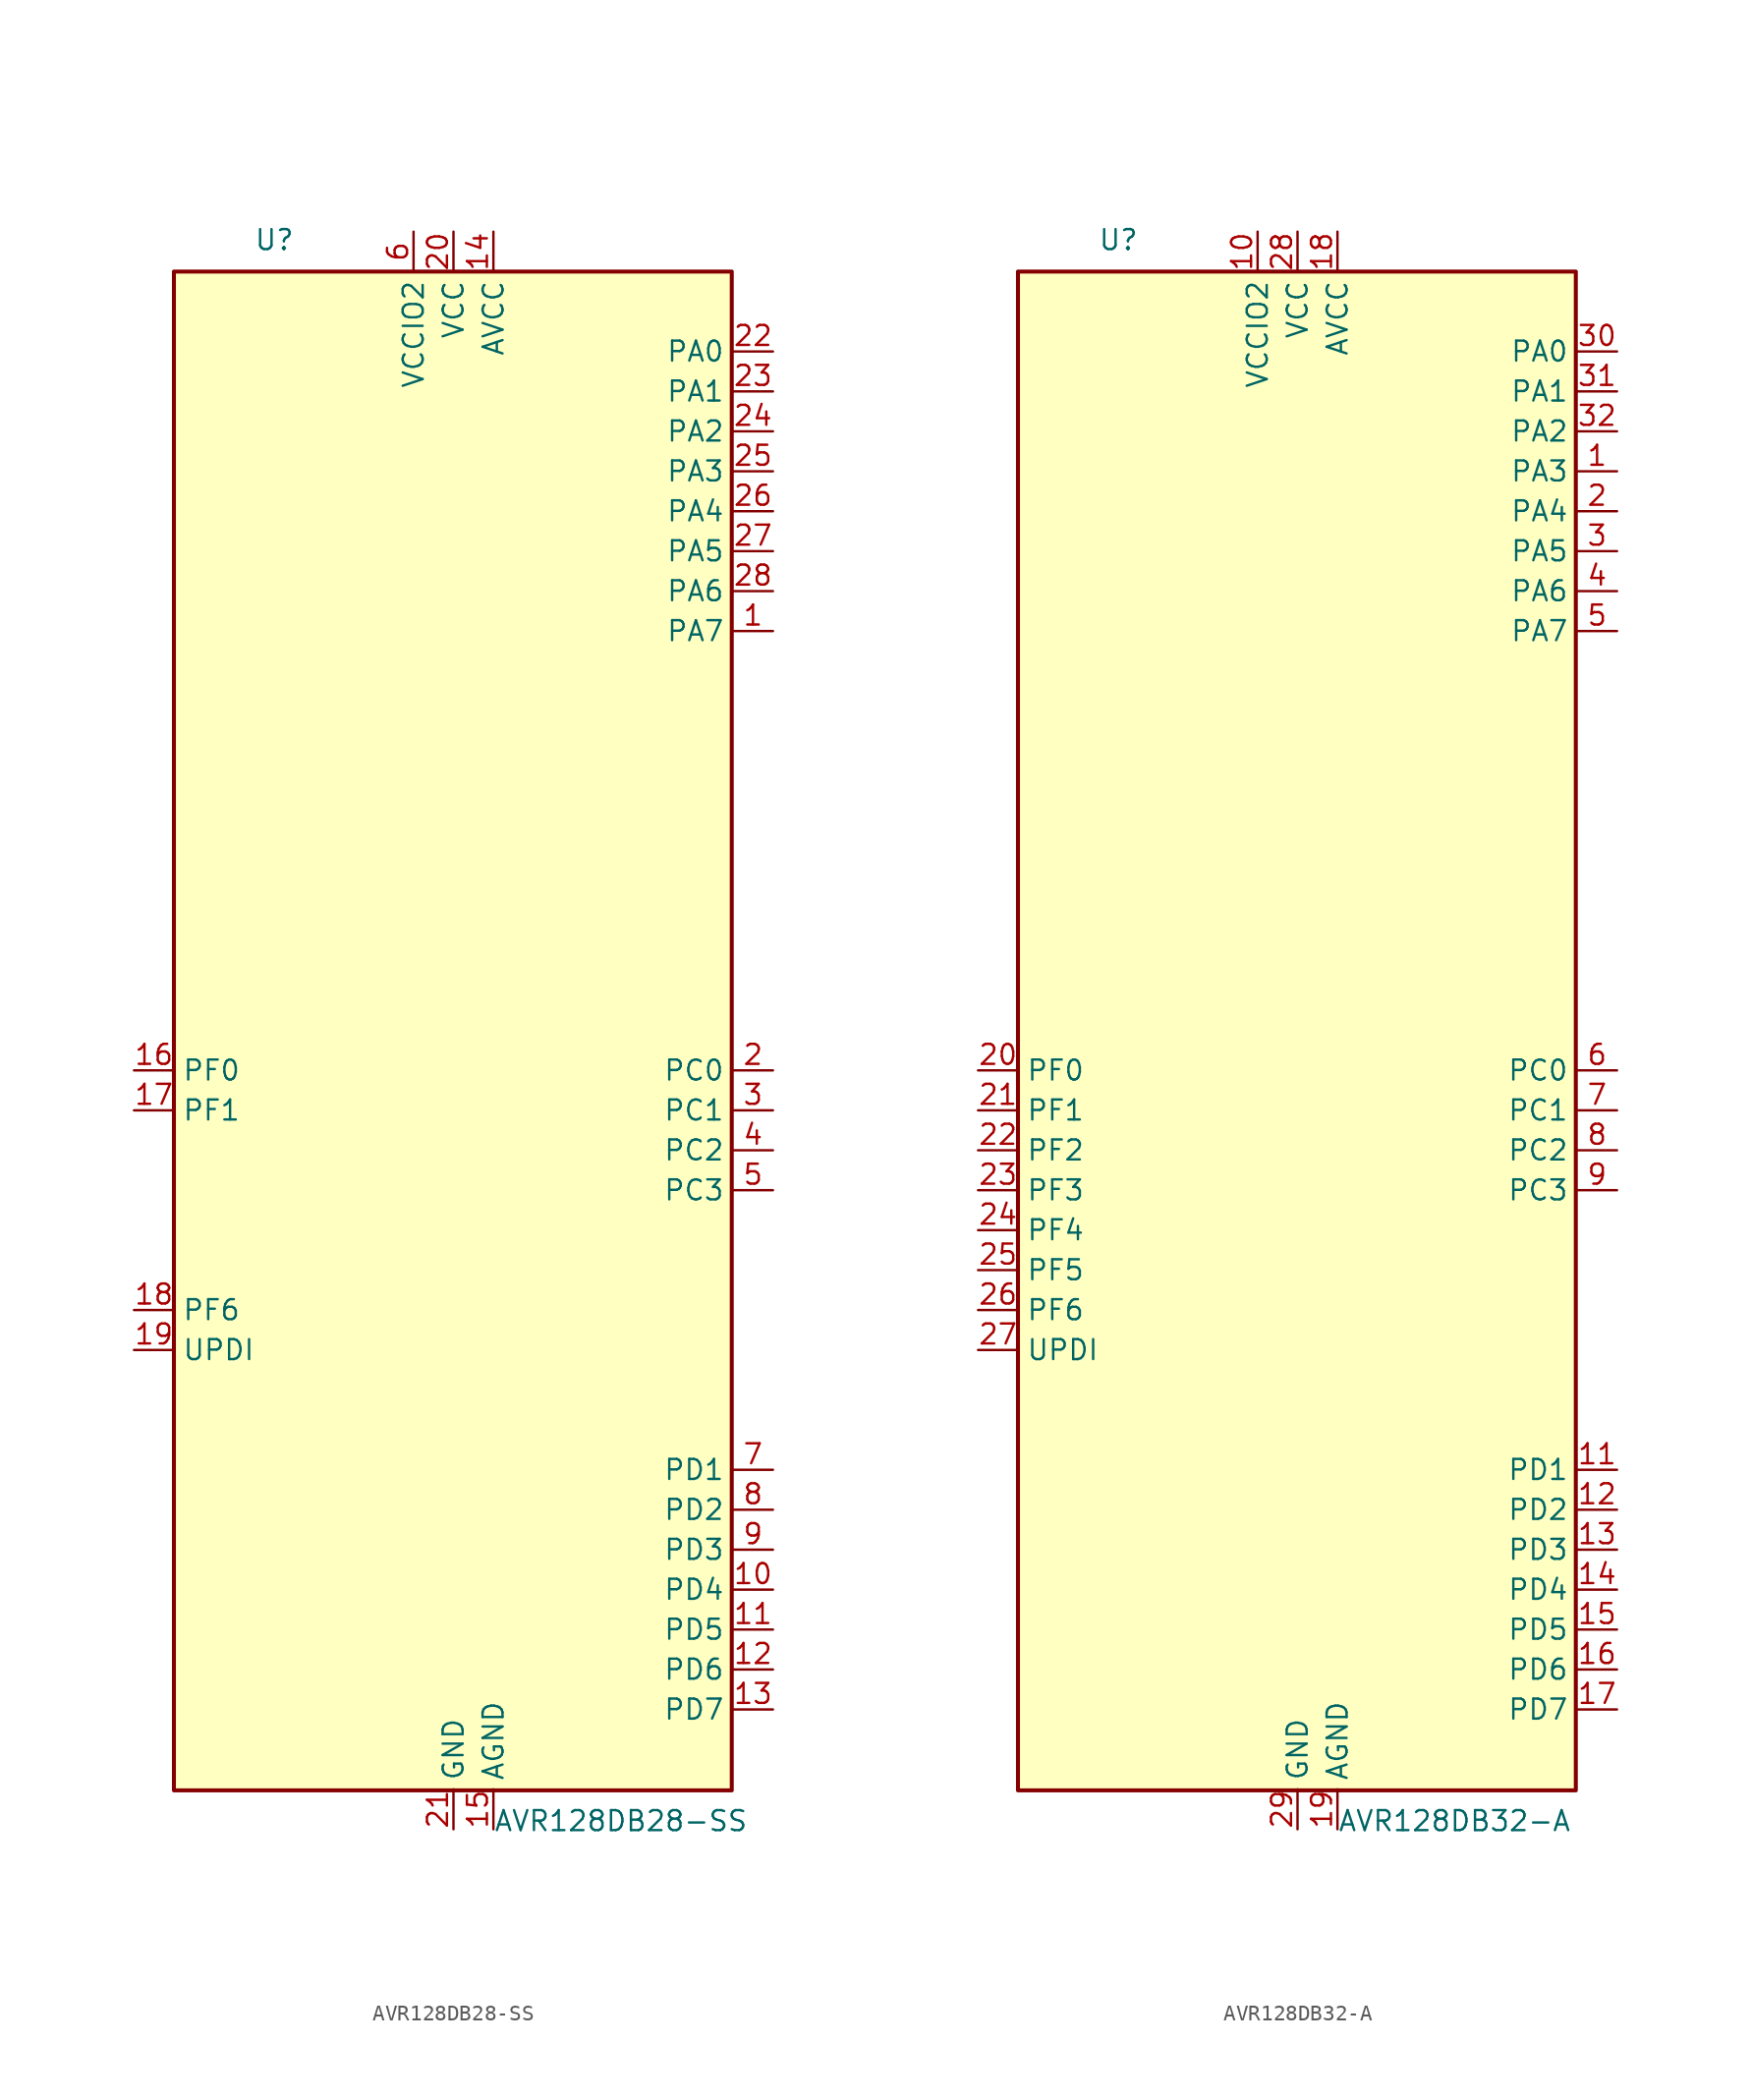
<source format=kicad_sym>
(kicad_symbol_lib
  (version 20211014)
  (generator kicad_symbol_editor)
  (symbol "AVR128DB28-SS"
    (property "Reference" "U"
      (at -12.7 49.53 0)
      (effects (font (size 1.27 1.27)) (justify left bottom)))
    (property "Value" "AVR128DB28-SS"
      (at 2.54 -49.53 0)
      (effects (font (size 1.27 1.27)) (justify left top)))
    (symbol "AVR128DB28-SS_0_1"
      (rectangle (start -17.78 48.26) (end 17.699 -48.327) (stroke (width 0.254) (type default) (color 0 0 0 0)) (fill (type background))))
    (symbol "AVR128DB28-SS_1_1"
      (pin bidirectional line (at 20.32 25.4 180) (length 2.54) (name "PA7" (effects (font (size 1.27 1.27)))) (number "1" (effects (font (size 1.27 1.27)))) (alternate "AC0-OUT" output line) (alternate "AC1-OUT" output line) (alternate "AC2-OUT" output line) (alternate "CLKOUT" output line) (alternate "EVOUTA(1)" output line) (alternate "SPI0-~{SS}" bidirectional line) (alternate "TCD0-WOD" output line) (alternate "USART0-XDIR(1)" output line) (alternate "ZCD0-OUT" output line) (alternate "ZCD1-OUT" output line) (alternate "ZDC2-OUT" output line))
      (pin bidirectional line (at 20.32 -35.56 180) (length 2.54) (name "PD4" (effects (font (size 1.27 1.27)))) (number "10" (effects (font (size 1.27 1.27)))) (alternate "AC1-AINP2" input line) (alternate "AC2-AINP1" input line) (alternate "ADC0-AIN4" input line) (alternate "OP1-INP" input line) (alternate "TCA0-WO4(3)" output line))
      (pin bidirectional line (at 20.32 -38.1 180) (length 2.54) (name "PD5" (effects (font (size 1.27 1.27)))) (number "11" (effects (font (size 1.27 1.27)))) (alternate "AC1-AINN0" input line) (alternate "ADC0-AIN5" input line) (alternate "OP1-OUT" output line) (alternate "TCA0-WO5(3)" output line))
      (pin bidirectional line (at 20.32 -40.64 180) (length 2.54) (name "PD6" (effects (font (size 1.27 1.27)))) (number "12" (effects (font (size 1.27 1.27)))) (alternate "AC0-AINP3" input line) (alternate "AC1-AINP3" input line) (alternate "AC2-AINP3" input line) (alternate "ADC0-AIN6" input line) (alternate "DAC0-OUT" output line) (alternate "LUT2-OUT(1)" output line))
      (pin bidirectional line (at 20.32 -43.18 180) (length 2.54) (name "PD7" (effects (font (size 1.27 1.27)))) (number "13" (effects (font (size 1.27 1.27)))) (alternate "AC0-AINN2" input line) (alternate "AC1-AINN2" input line) (alternate "AC2-AINN0/2" input line) (alternate "ADC0-AIN7" input line) (alternate "EVOUTD(1)" output line) (alternate "OP1-INN" input line) (alternate "VREFA" input line))
      (pin power_in line (at 2.54 50.8 270) (length 2.54) (name "AVCC" (effects (font (size 1.27 1.27)))) (number "14" (effects (font (size 1.27 1.27)))))
      (pin power_in line (at 2.54 -50.8 90) (length 2.54) (name "AGND" (effects (font (size 1.27 1.27)))) (number "15" (effects (font (size 1.27 1.27)))))
      (pin bidirectional line (at -20.32 -2.54 0) (length 2.54) (name "PF0" (effects (font (size 1.27 1.27)))) (number "16" (effects (font (size 1.27 1.27)))) (alternate "ADC0-AIN16(P)" input line) (alternate "LUT3-IN0" input line) (alternate "TCA0-WO0(5)" output line) (alternate "TCD0-WOA(2)" output line) (alternate "USART2-TXD" bidirectional line) (alternate "XTAL32K1" passive line))
      (pin bidirectional line (at -20.32 -5.08 0) (length 2.54) (name "PF1" (effects (font (size 1.27 1.27)))) (number "17" (effects (font (size 1.27 1.27)))) (alternate "ADC0-AIN17(P)" input line) (alternate "LUT3-IN1" input line) (alternate "TCA0-WO1(5)" output line) (alternate "TCD0-WOB(2)" output line) (alternate "USART2-RXD" input line) (alternate "XTAL32K2" passive line))
      (pin input line (at -20.32 -17.78 0) (length 2.54) (name "PF6" (effects (font (size 1.27 1.27)))) (number "18" (effects (font (size 1.27 1.27)))) (alternate "~{RESET}" input line))
      (pin bidirectional line (at -20.32 -20.32 0) (length 2.54) (name "UPDI" (effects (font (size 1.27 1.27)))) (number "19" (effects (font (size 1.27 1.27)))))
      (pin bidirectional line (at 20.32 -2.54 180) (length 2.54) (name "PC0" (effects (font (size 1.27 1.27)))) (number "2" (effects (font (size 1.27 1.27)))) (alternate "LUT1-IN0" input line) (alternate "SPI1-MOSI" bidirectional line) (alternate "TCA0-WO0(2)" output line) (alternate "TCB2-WO" output line) (alternate "USART1-TXD" bidirectional line))
      (pin power_in line (at 0 50.8 270) (length 2.54) (name "VCC" (effects (font (size 1.27 1.27)))) (number "20" (effects (font (size 1.27 1.27)))))
      (pin power_in line (at 0 -50.8 90) (length 2.54) (name "GND" (effects (font (size 1.27 1.27)))) (number "21" (effects (font (size 1.27 1.27)))))
      (pin bidirectional line (at 20.32 43.18 180) (length 2.54) (name "PA0" (effects (font (size 1.27 1.27)))) (number "22" (effects (font (size 1.27 1.27)))) (alternate "EXTCLK" input clock) (alternate "LUT0-IN0" input line) (alternate "TCA0-WO0" output line) (alternate "USART0-TXD" bidirectional line) (alternate "XTALHF1" passive line))
      (pin bidirectional line (at 20.32 40.64 180) (length 2.54) (name "PA1" (effects (font (size 1.27 1.27)))) (number "23" (effects (font (size 1.27 1.27)))) (alternate "LUT0-IN1" input line) (alternate "TCA0-WO1" output line) (alternate "USART0-RXD" input line) (alternate "XTALHF2" passive clock))
      (pin bidirectional line (at 20.32 38.1 180) (length 2.54) (name "PA2" (effects (font (size 1.27 1.27)))) (number "24" (effects (font (size 1.27 1.27)))) (alternate "EVOUTA" output line) (alternate "LUT0-IN2" input line) (alternate "TCA0-WO2" output line) (alternate "TCB0-WO" output line) (alternate "TWI0-SDA(MS)" bidirectional line) (alternate "USART0-XCK" bidirectional line))
      (pin bidirectional line (at 20.32 35.56 180) (length 2.54) (name "PA3" (effects (font (size 1.27 1.27)))) (number "25" (effects (font (size 1.27 1.27)))) (alternate "LUT0-OUT" output line) (alternate "TCA0-WO3" output line) (alternate "TCB1-WO" output line) (alternate "TWI0-SCL(MS)" bidirectional line) (alternate "USART0-XDIR" output line))
      (pin bidirectional line (at 20.32 33.02 180) (length 2.54) (name "PA4" (effects (font (size 1.27 1.27)))) (number "26" (effects (font (size 1.27 1.27)))) (alternate "SPI0-MOSI" bidirectional line) (alternate "TCA0-WO4" output line) (alternate "TCD0-WOA" output line) (alternate "USART0-TXD(1)" bidirectional line))
      (pin bidirectional line (at 20.32 30.48 180) (length 2.54) (name "PA5" (effects (font (size 1.27 1.27)))) (number "27" (effects (font (size 1.27 1.27)))) (alternate "SPI0-MISO" bidirectional line) (alternate "TCA0-WO5" output line) (alternate "TCD0-WOB" output line) (alternate "USART0-RXD(1)" input line))
      (pin bidirectional line (at 20.32 27.94 180) (length 2.54) (name "PA6" (effects (font (size 1.27 1.27)))) (number "28" (effects (font (size 1.27 1.27)))) (alternate "LUT0-OUT(1)" output line) (alternate "SPI0-SCK" bidirectional line) (alternate "TCD0-WOC" output line) (alternate "USART0-XCK(1)" bidirectional line))
      (pin bidirectional line (at 20.32 -5.08 180) (length 2.54) (name "PC1" (effects (font (size 1.27 1.27)))) (number "3" (effects (font (size 1.27 1.27)))) (alternate "LUT1-IN1" input line) (alternate "SPI1-MISO" bidirectional line) (alternate "TCA0-WO1(2)" output line) (alternate "TCB3-WO(1)" output line) (alternate "USART1-RXD" input line))
      (pin bidirectional line (at 20.32 -7.62 180) (length 2.54) (name "PC2" (effects (font (size 1.27 1.27)))) (number "4" (effects (font (size 1.27 1.27)))) (alternate "EVOUTC" output line) (alternate "LUT1-IN2" input line) (alternate "SPI1-SCK" bidirectional line) (alternate "TCA-WO2(2)" output line) (alternate "TWI0-SDA(MS+)(0,2)" bidirectional line) (alternate "USART1-XCK" bidirectional line))
      (pin bidirectional line (at 20.32 -10.16 180) (length 2.54) (name "PC3" (effects (font (size 1.27 1.27)))) (number "5" (effects (font (size 1.27 1.27)))) (alternate "LUT1-OUT" output line) (alternate "SPI1-~{SS}" bidirectional line) (alternate "TCA0-WO3(2)" output line) (alternate "TWI0-SCL(MS)(0,2" bidirectional line) (alternate "USART1-XDIR" output line))
      (pin power_in line (at -2.54 50.8 270) (length 2.54) (name "VCCIO2" (effects (font (size 1.27 1.27)))) (number "6" (effects (font (size 1.27 1.27)))))
      (pin bidirectional line (at 20.32 -27.94 180) (length 2.54) (name "PD1" (effects (font (size 1.27 1.27)))) (number "7" (effects (font (size 1.27 1.27)))) (alternate "ADC0-AIN1" input line) (alternate "LUT2-IN1" input line) (alternate "OP0-INP" input line) (alternate "TCA0-WO1(3)" output line) (alternate "ZCD0-ZCIN" input line))
      (pin bidirectional line (at 20.32 -30.48 180) (length 2.54) (name "PD2" (effects (font (size 1.27 1.27)))) (number "8" (effects (font (size 1.27 1.27)))) (alternate "AC0-AINP0" input line) (alternate "AC1-AINP0" input line) (alternate "AC2-AINP0" input line) (alternate "ADC0-AIN2" input line) (alternate "EVOUTD" output line) (alternate "LUT2-IN2" input line) (alternate "OP0-OUT" output line) (alternate "TCA0-WO2(3)" output line))
      (pin bidirectional line (at 20.32 -33.02 180) (length 2.54) (name "PD3" (effects (font (size 1.27 1.27)))) (number "9" (effects (font (size 1.27 1.27)))) (alternate "AC0-AINN0" input line) (alternate "AC1-AINP1" input line) (alternate "ADC0-AIN3" input line) (alternate "LUT2-OUT" output line) (alternate "OP0-INN" input line) (alternate "TCA0-WO3(3)" output line))))
  (symbol "AVR128DB32-A"
    (property "Reference" "U"
      (at -12.7 49.53 0)
      (effects (font (size 1.27 1.27)) (justify left bottom)))
    (property "Value" "AVR128DB32-A"
      (at 2.54 -49.53 0)
      (effects (font (size 1.27 1.27)) (justify left top)))
    (symbol "AVR128DB32-A_0_1"
      (rectangle (start -17.78 48.26) (end 17.699 -48.327) (stroke (width 0.254) (type default) (color 0 0 0 0)) (fill (type background))))
    (symbol "AVR128DB32-A_1_1"
      (pin bidirectional line (at 20.32 35.56 180) (length 2.54) (name "PA3" (effects (font (size 1.27 1.27)))) (number "1" (effects (font (size 1.27 1.27)))) (alternate "LUT0-OUT" output line) (alternate "TCA0-WO3" output line) (alternate "TCB1-WO" output line) (alternate "TWI0-SCL(MS)" bidirectional line) (alternate "USART0-XDIR" output line))
      (pin power_in line (at -2.54 50.8 270) (length 2.54) (name "VCCIO2" (effects (font (size 1.27 1.27)))) (number "10" (effects (font (size 1.27 1.27)))))
      (pin bidirectional line (at 20.32 -27.94 180) (length 2.54) (name "PD1" (effects (font (size 1.27 1.27)))) (number "11" (effects (font (size 1.27 1.27)))) (alternate "ADC0-AIN1" input line) (alternate "LUT2-IN1" input line) (alternate "OP0-INP" input line) (alternate "TCA0-WO1(3)" output line) (alternate "ZCD0-ZCIN" input line))
      (pin bidirectional line (at 20.32 -30.48 180) (length 2.54) (name "PD2" (effects (font (size 1.27 1.27)))) (number "12" (effects (font (size 1.27 1.27)))) (alternate "AC0-AINP0" input line) (alternate "AC1-AINP0" input line) (alternate "AC2-AINP0" input line) (alternate "ADC0-AIN2" input line) (alternate "EVOUTD" output line) (alternate "LUT2-IN2" input line) (alternate "OP0-OUT" output line) (alternate "TCA0-WO2(3)" output line))
      (pin bidirectional line (at 20.32 -33.02 180) (length 2.54) (name "PD3" (effects (font (size 1.27 1.27)))) (number "13" (effects (font (size 1.27 1.27)))) (alternate "AC0-AINN0" input line) (alternate "AC1-AINP1" input line) (alternate "ADC0-AIN3" input line) (alternate "LUT2-OUT" output line) (alternate "OP0-INN" input line) (alternate "TCA0-WO3(3)" output line))
      (pin bidirectional line (at 20.32 -35.56 180) (length 2.54) (name "PD4" (effects (font (size 1.27 1.27)))) (number "14" (effects (font (size 1.27 1.27)))) (alternate "AC1-AINP2" input line) (alternate "AC2-AINP1" input line) (alternate "ADC0-AIN4" input line) (alternate "OP1-INP" input line) (alternate "TCA0-WO4(3)" output line))
      (pin bidirectional line (at 20.32 -38.1 180) (length 2.54) (name "PD5" (effects (font (size 1.27 1.27)))) (number "15" (effects (font (size 1.27 1.27)))) (alternate "AC1-AINN0" input line) (alternate "ADC0-AIN5" input line) (alternate "OP1-OUT" output line) (alternate "TCA0-WO5(3)" output line))
      (pin bidirectional line (at 20.32 -40.64 180) (length 2.54) (name "PD6" (effects (font (size 1.27 1.27)))) (number "16" (effects (font (size 1.27 1.27)))) (alternate "AC0-AINP3" input line) (alternate "AC1-AINP3" input line) (alternate "AC2-AINP3" input line) (alternate "ADC0-AIN6" input line) (alternate "DAC0-OUT" output line) (alternate "LUT2-OUT(1)" output line))
      (pin bidirectional line (at 20.32 -43.18 180) (length 2.54) (name "PD7" (effects (font (size 1.27 1.27)))) (number "17" (effects (font (size 1.27 1.27)))) (alternate "AC0-AINN2" input line) (alternate "AC1-AINN2" input line) (alternate "AC2-AINN0/2" input line) (alternate "ADC0-AIN7" input line) (alternate "EVOUTD(1)" output line) (alternate "OP1-INN" input line) (alternate "VREFA" input line))
      (pin power_in line (at 2.54 50.8 270) (length 2.54) (name "AVCC" (effects (font (size 1.27 1.27)))) (number "18" (effects (font (size 1.27 1.27)))))
      (pin power_in line (at 2.54 -50.8 90) (length 2.54) (name "AGND" (effects (font (size 1.27 1.27)))) (number "19" (effects (font (size 1.27 1.27)))))
      (pin bidirectional line (at 20.32 33.02 180) (length 2.54) (name "PA4" (effects (font (size 1.27 1.27)))) (number "2" (effects (font (size 1.27 1.27)))) (alternate "SPI0-MOSI" bidirectional line) (alternate "TCA0-WO4" output line) (alternate "TCD0-WOA" output line) (alternate "USART0-TXD(1)" bidirectional line))
      (pin bidirectional line (at -20.32 -2.54 0) (length 2.54) (name "PF0" (effects (font (size 1.27 1.27)))) (number "20" (effects (font (size 1.27 1.27)))) (alternate "ADC0-AIN16(P)" input line) (alternate "LUT3-IN0" input line) (alternate "TCA0-WO0(5)" output line) (alternate "TCD0-WOA(2)" output line) (alternate "USART2-TXD" bidirectional line) (alternate "XTAL32K1" passive line))
      (pin bidirectional line (at -20.32 -5.08 0) (length 2.54) (name "PF1" (effects (font (size 1.27 1.27)))) (number "21" (effects (font (size 1.27 1.27)))) (alternate "ADC0-AIN17(P)" input line) (alternate "LUT3-IN1" input line) (alternate "TCA0-WO1(5)" output line) (alternate "TCD0-WOB(2)" output line) (alternate "USART2-RXD" input line) (alternate "XTAL32K2" passive line))
      (pin bidirectional line (at -20.32 -7.62 0) (length 2.54) (name "PF2" (effects (font (size 1.27 1.27)))) (number "22" (effects (font (size 1.27 1.27)))) (alternate "ADC0-AIN18(P)" input line) (alternate "EVOUTF" output line) (alternate "LUT3-IN2" input line) (alternate "TCA0-WO2(5)" output line) (alternate "TCD0-WOC(2)" output line) (alternate "TWI1-SDA(MS+)" bidirectional line) (alternate "USART2-XCK" bidirectional line))
      (pin bidirectional line (at -20.32 -10.16 0) (length 2.54) (name "PF3" (effects (font (size 1.27 1.27)))) (number "23" (effects (font (size 1.27 1.27)))) (alternate "ADC0-AIN19(P)" input line) (alternate "LUT3-OUT" output line) (alternate "TCA0-WO3(5)" output line) (alternate "TCD0-WOD(2)" output line) (alternate "TWI1-SCL(MS+)" bidirectional line) (alternate "USART2-XDIR" output line))
      (pin bidirectional line (at -20.32 -12.7 0) (length 2.54) (name "PF4" (effects (font (size 1.27 1.27)))) (number "24" (effects (font (size 1.27 1.27)))) (alternate "ADC0-AIN20(P)" input line) (alternate "TCA0-WO4(5)" output line) (alternate "TCB0-WO(1)" output line) (alternate "USART2-TXD(1)" output line))
      (pin bidirectional line (at -20.32 -15.24 0) (length 2.54) (name "PF5" (effects (font (size 1.27 1.27)))) (number "25" (effects (font (size 1.27 1.27)))) (alternate "ADC0-AIN21(P)" input line) (alternate "TCA0-WO5(5)" output line) (alternate "TCB1-WO(1)" output line) (alternate "USART2-RXD(1)" input line))
      (pin input line (at -20.32 -17.78 0) (length 2.54) (name "PF6" (effects (font (size 1.27 1.27)))) (number "26" (effects (font (size 1.27 1.27)))) (alternate "~{RESET}" input line))
      (pin bidirectional line (at -20.32 -20.32 0) (length 2.54) (name "UPDI" (effects (font (size 1.27 1.27)))) (number "27" (effects (font (size 1.27 1.27)))))
      (pin power_in line (at 0 50.8 270) (length 2.54) (name "VCC" (effects (font (size 1.27 1.27)))) (number "28" (effects (font (size 1.27 1.27)))))
      (pin power_in line (at 0 -50.8 90) (length 2.54) (name "GND" (effects (font (size 1.27 1.27)))) (number "29" (effects (font (size 1.27 1.27)))))
      (pin bidirectional line (at 20.32 30.48 180) (length 2.54) (name "PA5" (effects (font (size 1.27 1.27)))) (number "3" (effects (font (size 1.27 1.27)))) (alternate "SPI0-MISO" bidirectional line) (alternate "TCA0-WO5" output line) (alternate "TCD0-WOB" output line) (alternate "USART0-RXD(1)" input line))
      (pin bidirectional line (at 20.32 43.18 180) (length 2.54) (name "PA0" (effects (font (size 1.27 1.27)))) (number "30" (effects (font (size 1.27 1.27)))) (alternate "EXTCLK" input clock) (alternate "LUT0-IN0" input line) (alternate "TCA0-WO0" output line) (alternate "USART0-TXD" bidirectional line) (alternate "XTALHF1" passive line))
      (pin bidirectional line (at 20.32 40.64 180) (length 2.54) (name "PA1" (effects (font (size 1.27 1.27)))) (number "31" (effects (font (size 1.27 1.27)))) (alternate "LUT0-IN1" input line) (alternate "TCA0-WO1" output line) (alternate "USART0-RXD" input line) (alternate "XTALHF2" passive clock))
      (pin bidirectional line (at 20.32 38.1 180) (length 2.54) (name "PA2" (effects (font (size 1.27 1.27)))) (number "32" (effects (font (size 1.27 1.27)))) (alternate "EVOUTA" output line) (alternate "LUT0-IN2" input line) (alternate "TCA0-WO2" output line) (alternate "TCB0-WO" output line) (alternate "TWI0-SDA(MS)" bidirectional line) (alternate "USART0-XCK" bidirectional line))
      (pin bidirectional line (at 20.32 27.94 180) (length 2.54) (name "PA6" (effects (font (size 1.27 1.27)))) (number "4" (effects (font (size 1.27 1.27)))) (alternate "LUT0-OUT(1)" output line) (alternate "SPI0-SCK" bidirectional line) (alternate "TCD0-WOC" output line) (alternate "USART0-XCK(1)" bidirectional line))
      (pin bidirectional line (at 20.32 25.4 180) (length 2.54) (name "PA7" (effects (font (size 1.27 1.27)))) (number "5" (effects (font (size 1.27 1.27)))) (alternate "AC0-OUT" output line) (alternate "AC1-OUT" output line) (alternate "AC2-OUT" output line) (alternate "CLKOUT" output line) (alternate "EVOUTA(1)" output line) (alternate "SPI0-~{SS}" bidirectional line) (alternate "TCD0-WOD" output line) (alternate "USART0-XDIR(1)" output line) (alternate "ZCD0-OUT" output line) (alternate "ZCD1-OUT" output line) (alternate "ZDC2-OUT" output line))
      (pin bidirectional line (at 20.32 -2.54 180) (length 2.54) (name "PC0" (effects (font (size 1.27 1.27)))) (number "6" (effects (font (size 1.27 1.27)))) (alternate "LUT1-IN0" input line) (alternate "SPI1-MOSI" bidirectional line) (alternate "TCA0-WO0(2)" output line) (alternate "TCB2-WO" output line) (alternate "USART1-TXD" bidirectional line))
      (pin bidirectional line (at 20.32 -5.08 180) (length 2.54) (name "PC1" (effects (font (size 1.27 1.27)))) (number "7" (effects (font (size 1.27 1.27)))) (alternate "LUT1-IN1" input line) (alternate "SPI1-MISO" bidirectional line) (alternate "TCA0-WO1(2)" output line) (alternate "TCB3-WO(1)" output line) (alternate "USART1-RXD" input line))
      (pin bidirectional line (at 20.32 -7.62 180) (length 2.54) (name "PC2" (effects (font (size 1.27 1.27)))) (number "8" (effects (font (size 1.27 1.27)))) (alternate "EVOUTC" output line) (alternate "LUT1-IN2" input line) (alternate "SPI1-SCK" bidirectional line) (alternate "TCA-WO2(2)" output line) (alternate "TWI0-SDA(MS+)(0,2)" bidirectional line) (alternate "USART1-XCK" bidirectional line))
      (pin bidirectional line (at 20.32 -10.16 180) (length 2.54) (name "PC3" (effects (font (size 1.27 1.27)))) (number "9" (effects (font (size 1.27 1.27)))) (alternate "LUT1-OUT" output line) (alternate "SPI1-~{SS}" bidirectional line) (alternate "TCA0-WO3(2)" output line) (alternate "TWI0-SCL(MS)(0,2" bidirectional line) (alternate "USART1-XDIR" output line)))))
</source>
